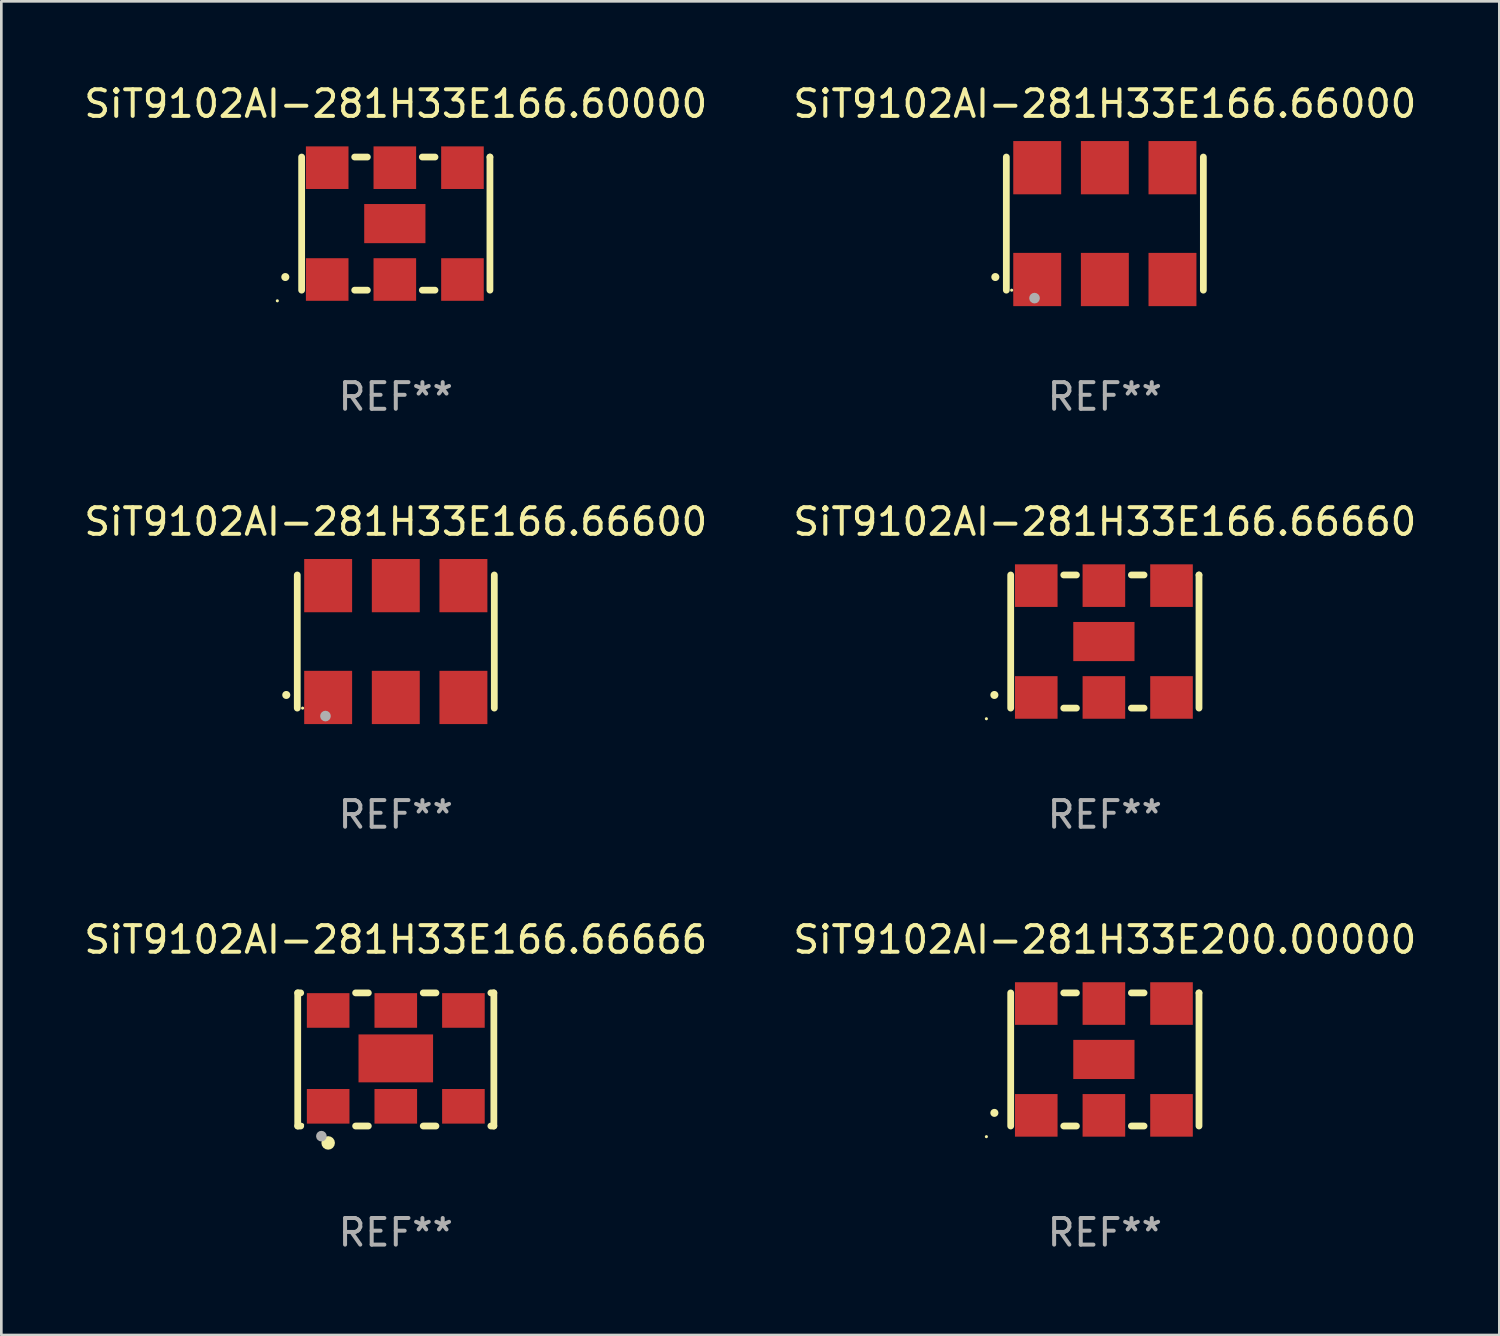
<source format=kicad_pcb>
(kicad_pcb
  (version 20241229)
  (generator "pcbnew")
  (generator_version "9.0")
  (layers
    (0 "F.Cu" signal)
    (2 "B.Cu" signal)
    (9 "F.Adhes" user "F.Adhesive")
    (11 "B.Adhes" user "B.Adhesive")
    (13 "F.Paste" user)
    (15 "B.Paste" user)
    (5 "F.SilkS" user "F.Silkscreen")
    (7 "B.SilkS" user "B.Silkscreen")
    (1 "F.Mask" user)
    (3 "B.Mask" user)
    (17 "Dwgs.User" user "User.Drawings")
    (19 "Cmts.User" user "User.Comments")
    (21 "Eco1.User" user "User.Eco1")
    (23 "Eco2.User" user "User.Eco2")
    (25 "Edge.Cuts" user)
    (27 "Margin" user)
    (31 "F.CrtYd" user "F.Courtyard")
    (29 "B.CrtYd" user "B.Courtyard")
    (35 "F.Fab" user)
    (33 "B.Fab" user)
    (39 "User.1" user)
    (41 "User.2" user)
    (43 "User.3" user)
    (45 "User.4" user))
  (footprint "SiT9102AI-281H33E166.66600"
    (layer "F.Cu")
    (at 11.815 21.045)
    (property "Reference" "SiT9102AI-281H33E166.66600" (at 0 -4.5 0) (layer "F.SilkS") (effects (font (size 1 1) (thickness 0.15))))
    (attr through_hole)
    (fp_line (start -3.7 -2.5) (end -3.7 2.5) (stroke (width 0.254) (type solid)) (layer "F.SilkS"))
    (fp_line (start 3.7 -2.5) (end 3.7 2.5) (stroke (width 0.254) (type solid)) (layer "F.SilkS"))
    (fp_arc (start -4.114415 2.006604) (mid -4.113145 2.006599) (end -4.111875 2.006604) (stroke (width 0.3) (type solid)) (layer "F.SilkS"))
    (fp_circle (center -3.5 2.501) (end -3.47 2.501) (stroke (width 0.06) (type solid)) (fill no) (layer "F.SilkS"))
    (fp_circle (center -2.641 2.799) (end -2.541 2.799) (stroke (width 0.2) (type solid)) (fill no) (layer "F.Fab"))
    (fp_text user "REF**" (at 0 6.5 0) (layer "F.Fab") (effects (font (size 1 1) (thickness 0.15))))
    (pad "1" smd rect (at -2.54 2.1) (size 1.8 2) (layers "F.Cu" "F.Mask" "F.Paste"))
    (pad "2" smd rect (at 0.000394 2.1) (size 1.8 2) (layers "F.Cu" "F.Mask" "F.Paste"))
    (pad "3" smd rect (at 2.54 2.1) (size 1.8 2) (layers "F.Cu" "F.Mask" "F.Paste"))
    (pad "4" smd rect (at 2.54 -2.1) (size 1.8 2) (layers "F.Cu" "F.Mask" "F.Paste"))
    (pad "5" smd rect (at 0.000394 -2.1) (size 1.8 2) (layers "F.Cu" "F.Mask" "F.Paste"))
    (pad "6" smd rect (at -2.54 -2.1) (size 1.8 2) (layers "F.Cu" "F.Mask" "F.Paste")))
  (footprint "SiT9102AI-281H33E200.00000"
    (layer "F.Cu")
    (at 38.446 36.741)
    (property "Reference" "SiT9102AI-281H33E200.00000" (at 0 -4.5 0) (layer "F.SilkS") (effects (font (size 1 1) (thickness 0.15))))
    (attr through_hole)
    (fp_line (start -3.536 -2.5) (end -3.536 2.5) (stroke (width 0.254) (type solid)) (layer "F.SilkS"))
    (fp_line (start -1.544 2.5) (end -1.067 2.5) (stroke (width 0.254) (type solid)) (layer "F.SilkS"))
    (fp_line (start -1.067 -2.5) (end -1.544 -2.5) (stroke (width 0.254) (type solid)) (layer "F.SilkS"))
    (fp_line (start 0.996 2.5) (end 1.473 2.5) (stroke (width 0.254) (type solid)) (layer "F.SilkS"))
    (fp_line (start 1.473 -2.5) (end 0.996 -2.5) (stroke (width 0.254) (type solid)) (layer "F.SilkS"))
    (fp_line (start 3.536 -2.5) (end 3.536 -2.5) (stroke (width 0.254) (type solid)) (layer "F.SilkS"))
    (fp_line (start 3.536 2.5) (end 3.536 -2.5) (stroke (width 0.254) (type solid)) (layer "F.SilkS"))
    (fp_arc (start -4.150432 2.006604) (mid -4.149162 2.006599) (end -4.147892 2.006604) (stroke (width 0.3) (type solid)) (layer "F.SilkS"))
    (fp_circle (center -4.449 2.9) (end -4.419 2.9) (stroke (width 0.06) (type solid)) (fill no) (layer "F.SilkS"))
    (fp_text user "REF**" (at 0 6.5 0) (layer "F.Fab") (effects (font (size 1 1) (thickness 0.15))))
    (pad "1" smd rect (at -2.576 2.1) (size 1.6 1.6) (layers "F.Cu" "F.Mask" "F.Paste"))
    (pad "2" smd rect (at -0.036 2.1) (size 1.6 1.6) (layers "F.Cu" "F.Mask" "F.Paste"))
    (pad "3" smd rect (at 2.504 2.1) (size 1.6 1.6) (layers "F.Cu" "F.Mask" "F.Paste"))
    (pad "4" smd rect (at 2.504 -2.1) (size 1.6 1.6) (layers "F.Cu" "F.Mask" "F.Paste"))
    (pad "5" smd rect (at -0.036 -2.1) (size 1.6 1.6) (layers "F.Cu" "F.Mask" "F.Paste"))
    (pad "6" smd rect (at -2.576 -2.1) (size 1.6 1.6) (layers "F.Cu" "F.Mask" "F.Paste"))
    (pad "7" smd rect (at -0.036 0) (size 2.3 1.47) (layers "F.Cu" "F.Mask" "F.Paste")))
  (footprint "SiT9102AI-281H33E166.66666"
    (layer "F.Cu")
    (at 11.815 36.741)
    (property "Reference" "SiT9102AI-281H33E166.66666" (at 0 -4.5 0) (layer "F.SilkS") (effects (font (size 1 1) (thickness 0.15))))
    (attr through_hole)
    (fp_line (start -3.683 -2.5) (end -3.571 -2.5) (stroke (width 0.254) (type solid)) (layer "F.SilkS"))
    (fp_line (start -3.683 2.5) (end -3.683 -2.5) (stroke (width 0.254) (type solid)) (layer "F.SilkS"))
    (fp_line (start -3.683 2.5) (end -3.571 2.5) (stroke (width 0.254) (type solid)) (layer "F.SilkS"))
    (fp_line (start -1.509 -2.5) (end -1.031 -2.5) (stroke (width 0.254) (type solid)) (layer "F.SilkS"))
    (fp_line (start -1.509 2.5) (end -1.031 2.5) (stroke (width 0.254) (type solid)) (layer "F.SilkS"))
    (fp_line (start 1.031 -2.5) (end 1.509 -2.5) (stroke (width 0.254) (type solid)) (layer "F.SilkS"))
    (fp_line (start 1.031 2.5) (end 1.509 2.5) (stroke (width 0.254) (type solid)) (layer "F.SilkS"))
    (fp_line (start 3.571 -2.5) (end 3.683 -2.5) (stroke (width 0.254) (type solid)) (layer "F.SilkS"))
    (fp_line (start 3.571 2.5) (end 3.683 2.5) (stroke (width 0.254) (type solid)) (layer "F.SilkS"))
    (fp_line (start 3.683 2.5) (end 3.683 -2.5) (stroke (width 0.254) (type solid)) (layer "F.SilkS"))
    (fp_circle (center -3.5 2.46) (end -3.47 2.46) (stroke (width 0.06) (type solid)) (fill no) (layer "F.SilkS"))
    (fp_circle (center -2.54 3.135) (end -2.413 3.135) (stroke (width 0.254) (type solid)) (fill no) (layer "F.SilkS"))
    (fp_circle (center -2.794 2.881) (end -2.694 2.881) (stroke (width 0.2) (type solid)) (fill no) (layer "F.Fab"))
    (fp_text user "REF**" (at 0 6.5 0) (layer "F.Fab") (effects (font (size 1 1) (thickness 0.15))))
    (pad "1" smd rect (at -2.54 1.76) (size 1.6 1.3) (layers "F.Cu" "F.Mask" "F.Paste"))
    (pad "2" smd rect (at 0 1.76) (size 1.6 1.3) (layers "F.Cu" "F.Mask" "F.Paste"))
    (pad "3" smd rect (at 2.54 1.76) (size 1.6 1.3) (layers "F.Cu" "F.Mask" "F.Paste"))
    (pad "4" smd rect (at 2.54 -1.84) (size 1.6 1.3) (layers "F.Cu" "F.Mask" "F.Paste"))
    (pad "5" smd rect (at 0 -1.84) (size 1.6 1.3) (layers "F.Cu" "F.Mask" "F.Paste"))
    (pad "6" smd rect (at -2.54 -1.84) (size 1.6 1.3) (layers "F.Cu" "F.Mask" "F.Paste"))
    (pad "7" smd rect (at 0 -0.04) (size 2.8 1.8) (layers "F.Cu" "F.Mask" "F.Paste")))
  (footprint "SiT9102AI-281H33E166.66660"
    (layer "F.Cu")
    (at 38.446 21.045)
    (property "Reference" "SiT9102AI-281H33E166.66660" (at 0 -4.5 0) (layer "F.SilkS") (effects (font (size 1 1) (thickness 0.15))))
    (attr through_hole)
    (fp_line (start -3.536 -2.5) (end -3.536 2.5) (stroke (width 0.254) (type solid)) (layer "F.SilkS"))
    (fp_line (start -1.544 2.5) (end -1.067 2.5) (stroke (width 0.254) (type solid)) (layer "F.SilkS"))
    (fp_line (start -1.067 -2.5) (end -1.544 -2.5) (stroke (width 0.254) (type solid)) (layer "F.SilkS"))
    (fp_line (start 0.996 2.5) (end 1.473 2.5) (stroke (width 0.254) (type solid)) (layer "F.SilkS"))
    (fp_line (start 1.473 -2.5) (end 0.996 -2.5) (stroke (width 0.254) (type solid)) (layer "F.SilkS"))
    (fp_line (start 3.536 -2.5) (end 3.536 -2.5) (stroke (width 0.254) (type solid)) (layer "F.SilkS"))
    (fp_line (start 3.536 2.5) (end 3.536 -2.5) (stroke (width 0.254) (type solid)) (layer "F.SilkS"))
    (fp_arc (start -4.150432 2.006604) (mid -4.149162 2.006599) (end -4.147892 2.006604) (stroke (width 0.3) (type solid)) (layer "F.SilkS"))
    (fp_circle (center -4.449 2.9) (end -4.419 2.9) (stroke (width 0.06) (type solid)) (fill no) (layer "F.SilkS"))
    (fp_text user "REF**" (at 0 6.5 0) (layer "F.Fab") (effects (font (size 1 1) (thickness 0.15))))
    (pad "1" smd rect (at -2.576 2.1) (size 1.6 1.6) (layers "F.Cu" "F.Mask" "F.Paste"))
    (pad "2" smd rect (at -0.036 2.1) (size 1.6 1.6) (layers "F.Cu" "F.Mask" "F.Paste"))
    (pad "3" smd rect (at 2.504 2.1) (size 1.6 1.6) (layers "F.Cu" "F.Mask" "F.Paste"))
    (pad "4" smd rect (at 2.504 -2.1) (size 1.6 1.6) (layers "F.Cu" "F.Mask" "F.Paste"))
    (pad "5" smd rect (at -0.036 -2.1) (size 1.6 1.6) (layers "F.Cu" "F.Mask" "F.Paste"))
    (pad "6" smd rect (at -2.576 -2.1) (size 1.6 1.6) (layers "F.Cu" "F.Mask" "F.Paste"))
    (pad "7" smd rect (at -0.036 0) (size 2.3 1.47) (layers "F.Cu" "F.Mask" "F.Paste")))
  (footprint "SiT9102AI-281H33E166.66000"
    (layer "F.Cu")
    (at 38.446 5.348)
    (property "Reference" "SiT9102AI-281H33E166.66000" (at 0 -4.5 0) (layer "F.SilkS") (effects (font (size 1 1) (thickness 0.15))))
    (attr through_hole)
    (fp_line (start -3.7 -2.5) (end -3.7 2.5) (stroke (width 0.254) (type solid)) (layer "F.SilkS"))
    (fp_line (start 3.7 -2.5) (end 3.7 2.5) (stroke (width 0.254) (type solid)) (layer "F.SilkS"))
    (fp_arc (start -4.114415 2.006604) (mid -4.113145 2.006599) (end -4.111875 2.006604) (stroke (width 0.3) (type solid)) (layer "F.SilkS"))
    (fp_circle (center -3.5 2.501) (end -3.47 2.501) (stroke (width 0.06) (type solid)) (fill no) (layer "F.SilkS"))
    (fp_circle (center -2.641 2.799) (end -2.541 2.799) (stroke (width 0.2) (type solid)) (fill no) (layer "F.Fab"))
    (fp_text user "REF**" (at 0 6.5 0) (layer "F.Fab") (effects (font (size 1 1) (thickness 0.15))))
    (pad "1" smd rect (at -2.54 2.1) (size 1.8 2) (layers "F.Cu" "F.Mask" "F.Paste"))
    (pad "2" smd rect (at 0.000394 2.1) (size 1.8 2) (layers "F.Cu" "F.Mask" "F.Paste"))
    (pad "3" smd rect (at 2.54 2.1) (size 1.8 2) (layers "F.Cu" "F.Mask" "F.Paste"))
    (pad "4" smd rect (at 2.54 -2.1) (size 1.8 2) (layers "F.Cu" "F.Mask" "F.Paste"))
    (pad "5" smd rect (at 0.000394 -2.1) (size 1.8 2) (layers "F.Cu" "F.Mask" "F.Paste"))
    (pad "6" smd rect (at -2.54 -2.1) (size 1.8 2) (layers "F.Cu" "F.Mask" "F.Paste")))
  (footprint "SiT9102AI-281H33E166.60000"
    (layer "F.Cu")
    (at 11.815 5.348)
    (property "Reference" "SiT9102AI-281H33E166.60000" (at 0 -4.5 0) (layer "F.SilkS") (effects (font (size 1 1) (thickness 0.15))))
    (attr through_hole)
    (fp_line (start -3.536 -2.5) (end -3.536 2.5) (stroke (width 0.254) (type solid)) (layer "F.SilkS"))
    (fp_line (start -1.544 2.5) (end -1.067 2.5) (stroke (width 0.254) (type solid)) (layer "F.SilkS"))
    (fp_line (start -1.067 -2.5) (end -1.544 -2.5) (stroke (width 0.254) (type solid)) (layer "F.SilkS"))
    (fp_line (start 0.996 2.5) (end 1.473 2.5) (stroke (width 0.254) (type solid)) (layer "F.SilkS"))
    (fp_line (start 1.473 -2.5) (end 0.996 -2.5) (stroke (width 0.254) (type solid)) (layer "F.SilkS"))
    (fp_line (start 3.536 -2.5) (end 3.536 -2.5) (stroke (width 0.254) (type solid)) (layer "F.SilkS"))
    (fp_line (start 3.536 2.5) (end 3.536 -2.5) (stroke (width 0.254) (type solid)) (layer "F.SilkS"))
    (fp_arc (start -4.150432 2.006604) (mid -4.149162 2.006599) (end -4.147892 2.006604) (stroke (width 0.3) (type solid)) (layer "F.SilkS"))
    (fp_circle (center -4.449 2.9) (end -4.419 2.9) (stroke (width 0.06) (type solid)) (fill no) (layer "F.SilkS"))
    (fp_text user "REF**" (at 0 6.5 0) (layer "F.Fab") (effects (font (size 1 1) (thickness 0.15))))
    (pad "1" smd rect (at -2.576 2.1) (size 1.6 1.6) (layers "F.Cu" "F.Mask" "F.Paste"))
    (pad "2" smd rect (at -0.036 2.1) (size 1.6 1.6) (layers "F.Cu" "F.Mask" "F.Paste"))
    (pad "3" smd rect (at 2.504 2.1) (size 1.6 1.6) (layers "F.Cu" "F.Mask" "F.Paste"))
    (pad "4" smd rect (at 2.504 -2.1) (size 1.6 1.6) (layers "F.Cu" "F.Mask" "F.Paste"))
    (pad "5" smd rect (at -0.036 -2.1) (size 1.6 1.6) (layers "F.Cu" "F.Mask" "F.Paste"))
    (pad "6" smd rect (at -2.576 -2.1) (size 1.6 1.6) (layers "F.Cu" "F.Mask" "F.Paste"))
    (pad "7" smd rect (at -0.036 0) (size 2.3 1.47) (layers "F.Cu" "F.Mask" "F.Paste")))
  (gr_rect
    (start -3 -3)
    (end 53.262 47.09)
    (stroke (width 0.1) (type default))
    (fill no)
    (layer "Edge.Cuts")))
</source>
